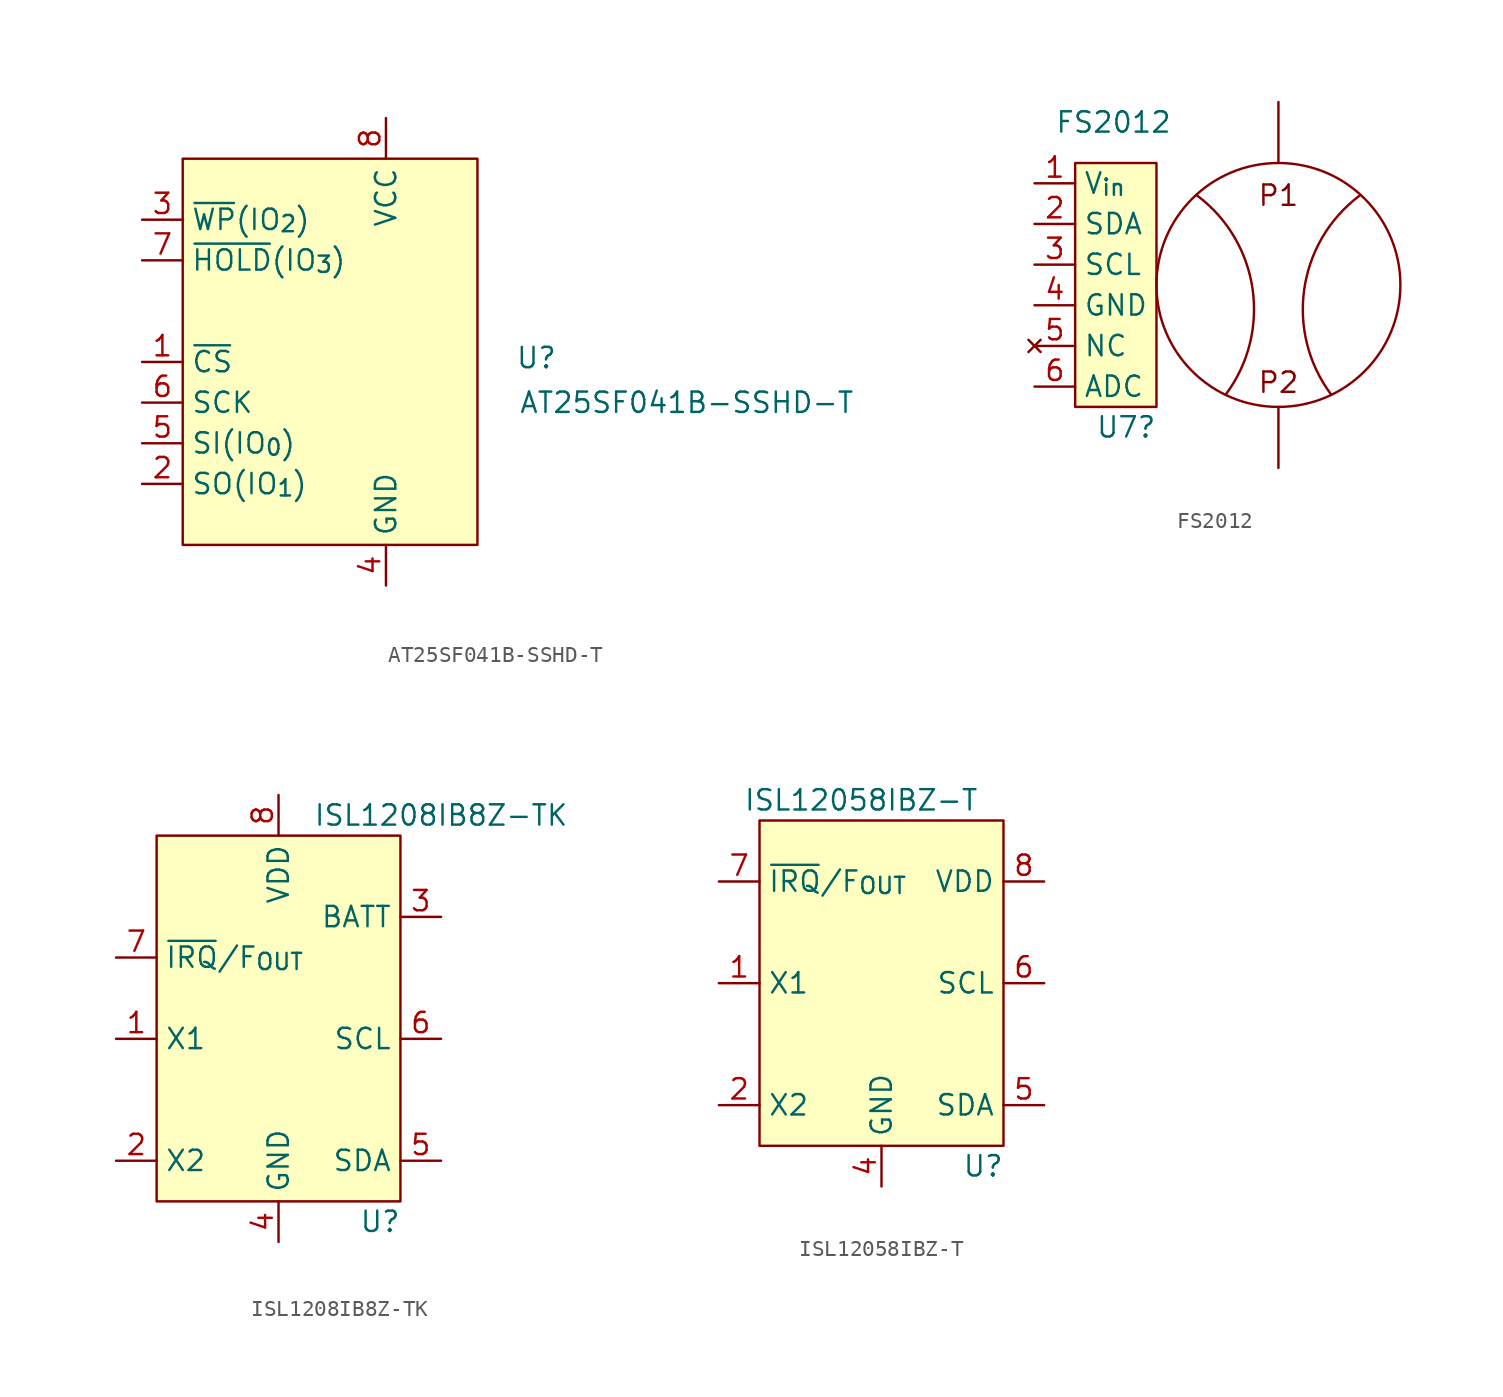
<source format=kicad_sym>
(kicad_symbol_lib
  (version 20241209)
  (generator "kicad_symbol_editor")
  (generator_version "9.0")
  (symbol "AT25SF041B-SSHD-T"
    (property "Reference" "U"
      (at 13.208 1.524 0)
      (effects (font (size 1.27 1.27))))
    (property "Value" "AT25SF041B-SSHD-T"
      (at 22.606 -1.27 0)
      (effects (font (size 1.27 1.27))))
    (symbol "AT25SF041B-SSHD-T_1_1"
      (rectangle (start -8.89 13.97) (end 9.525 -10.16) (stroke (width 0) (type solid)) (fill (type background)))
      (pin bidirectional line (at -11.43 10.16 0) (length 2.54) (name "~{WP}(IO_{2})" (effects (font (size 1.27 1.27)))) (number "3" (effects (font (size 1.27 1.27)))))
      (pin bidirectional line (at -11.43 7.62 0) (length 2.54) (name "~{HOLD}(IO_{3})" (effects (font (size 1.27 1.27)))) (number "7" (effects (font (size 1.27 1.27)))))
      (pin input line (at -11.43 1.27 0) (length 2.54) (name "~{CS}" (effects (font (size 1.27 1.27)))) (number "1" (effects (font (size 1.27 1.27)))))
      (pin input line (at -11.43 -1.27 0) (length 2.54) (name "SCK" (effects (font (size 1.27 1.27)))) (number "6" (effects (font (size 1.27 1.27)))))
      (pin bidirectional line (at -11.43 -3.81 0) (length 2.54) (name "SI(IO_{0})" (effects (font (size 1.27 1.27)))) (number "5" (effects (font (size 1.27 1.27)))))
      (pin bidirectional line (at -11.43 -6.35 0) (length 2.54) (name "SO(IO_{1})" (effects (font (size 1.27 1.27)))) (number "2" (effects (font (size 1.27 1.27)))))
      (pin power_in line (at 3.81 16.51 270) (length 2.54) (name "VCC" (effects (font (size 1.27 1.27)))) (number "8" (effects (font (size 1.27 1.27)))))
      (pin power_in line (at 3.81 -12.7 90) (length 2.54) (name "GND" (effects (font (size 1.27 1.27)))) (number "4" (effects (font (size 1.27 1.27)))))))
  (symbol "FS2012"
    (property "Reference" "U7"
      (at -1.27 -15.24 0)
      (effects (font (size 1.27 1.27)) (justify left)))
    (property "Value" "FS2012"
      (at -3.81 3.81 0)
      (effects (font (size 1.27 1.27)) (justify left)))
    (symbol "FS2012_0_0"
      (text "P1" (at 10.16 -0.762 0) (effects (font (size 1.27 1.27))))
      (text "P2" (at 10.16 -12.446 0) (effects (font (size 1.27 1.27)))))
    (symbol "FS2012_0_1"
      (rectangle (start -2.54 1.27) (end 2.54 -13.97) (stroke (width 0.152) (type default)) (fill (type background)))
      (arc (start 5.08 -0.762) (mid 8.5466 -6.6168) (end 6.858 -13.208) (stroke (width 0.1524) (type default)) (fill (type none)))
      (polyline (pts (xy 10.16 1.27) (xy 10.16 5.08)) (stroke (width 0.152) (type default)) (fill (type none)))
      (circle (center 10.16 -6.35) (radius 7.62) (stroke (width 0.152) (type default)) (fill (type none)))
      (polyline (pts (xy 10.16 -13.97) (xy 10.16 -17.78)) (stroke (width 0.152) (type default)) (fill (type none)))
      (arc (start 13.462 -13.208) (mid 11.7733 -6.6168) (end 15.24 -0.762) (stroke (width 0.1524) (type default)) (fill (type none))))
    (symbol "FS2012_1_1"
      (pin power_in line (at -5.08 0 0) (length 2.54) (name "V_{in}" (effects (font (size 1.27 1.27)))) (number "1" (effects (font (size 1.27 1.27)))))
      (pin bidirectional line (at -5.08 -2.54 0) (length 2.54) (name "SDA" (effects (font (size 1.27 1.27)))) (number "2" (effects (font (size 1.27 1.27)))))
      (pin bidirectional line (at -5.08 -5.08 0) (length 2.54) (name "SCL" (effects (font (size 1.27 1.27)))) (number "3" (effects (font (size 1.27 1.27)))))
      (pin power_in line (at -5.08 -7.62 0) (length 2.54) (name "GND" (effects (font (size 1.27 1.27)))) (number "4" (effects (font (size 1.27 1.27)))))
      (pin no_connect line (at -5.08 -10.16 0) (length 2.54) (name "NC" (effects (font (size 1.27 1.27)))) (number "5" (effects (font (size 1.27 1.27)))))
      (pin output line (at -5.08 -12.7 0) (length 2.54) (name "ADC" (effects (font (size 1.27 1.27)))) (number "6" (effects (font (size 1.27 1.27)))))))
  (symbol "ISL1208IB8Z-TK"
    (property "Reference" "U"
      (at 6.35 -16.51 0)
      (effects (font (size 1.27 1.27))))
    (property "Value" "ISL1208IB8Z-TK"
      (at 10.16 8.89 0)
      (effects (font (size 1.27 1.27))))
    (symbol "ISL1208IB8Z-TK_0_1"
      (rectangle (start -7.62 7.62) (end 7.62 -15.24) (stroke (width 0) (type default)) (fill (type background))))
    (symbol "ISL1208IB8Z-TK_1_1"
      (pin bidirectional line (at -10.16 0 0) (length 2.54) (name "~{IRQ}/F_{OUT}" (effects (font (size 1.27 1.27)))) (number "7" (effects (font (size 1.27 1.27)))))
      (pin passive line (at -10.16 -5.08 0) (length 2.54) (name "X1" (effects (font (size 1.27 1.27)))) (number "1" (effects (font (size 1.27 1.27)))))
      (pin passive line (at -10.16 -12.7 0) (length 2.54) (name "X2" (effects (font (size 1.27 1.27)))) (number "2" (effects (font (size 1.27 1.27)))))
      (pin power_in line (at 0 10.16 270) (length 2.54) (name "VDD" (effects (font (size 1.27 1.27)))) (number "8" (effects (font (size 1.27 1.27)))))
      (pin power_in line (at 0 -17.78 90) (length 2.54) (name "GND" (effects (font (size 1.27 1.27)))) (number "4" (effects (font (size 1.27 1.27)))))
      (pin power_in line (at 10.16 2.54 180) (length 2.54) (name "BATT" (effects (font (size 1.27 1.27)))) (number "3" (effects (font (size 1.27 1.27)))))
      (pin input line (at 10.16 -5.08 180) (length 2.54) (name "SCL" (effects (font (size 1.27 1.27)))) (number "6" (effects (font (size 1.27 1.27)))))
      (pin input line (at 10.16 -12.7 180) (length 2.54) (name "SDA" (effects (font (size 1.27 1.27)))) (number "5" (effects (font (size 1.27 1.27)))))))
  (symbol "ISL12058IBZ-T"
    (property "Reference" "U"
      (at 6.35 -16.51 0)
      (effects (font (size 1.27 1.27))))
    (property "Value" "ISL12058IBZ-T"
      (at -1.27 6.35 0)
      (effects (font (size 1.27 1.27))))
    (symbol "ISL12058IBZ-T_0_1"
      (rectangle (start -7.62 5.08) (end 7.62 -15.24) (stroke (width 0) (type default)) (fill (type background))))
    (symbol "ISL12058IBZ-T_1_1"
      (pin bidirectional line (at -10.16 1.27 0) (length 2.54) (name "~{IRQ}/F_{OUT}" (effects (font (size 1.27 1.27)))) (number "7" (effects (font (size 1.27 1.27)))))
      (pin passive line (at -10.16 -5.08 0) (length 2.54) (name "X1" (effects (font (size 1.27 1.27)))) (number "1" (effects (font (size 1.27 1.27)))))
      (pin passive line (at -10.16 -12.7 0) (length 2.54) (name "X2" (effects (font (size 1.27 1.27)))) (number "2" (effects (font (size 1.27 1.27)))))
      (pin power_in line (at 0 -17.78 90) (length 2.54) (name "GND" (effects (font (size 1.27 1.27)))) (number "4" (effects (font (size 1.27 1.27)))))
      (pin no_connect line (at 2.54 -17.78 90) (length 2.54) (hide yes) (name "NC" (effects (font (size 1.27 1.27)))) (number "3" (effects (font (size 1.27 1.27)))))
      (pin power_in line (at 10.16 1.27 180) (length 2.54) (name "VDD" (effects (font (size 1.27 1.27)))) (number "8" (effects (font (size 1.27 1.27)))))
      (pin input line (at 10.16 -5.08 180) (length 2.54) (name "SCL" (effects (font (size 1.27 1.27)))) (number "6" (effects (font (size 1.27 1.27)))))
      (pin input line (at 10.16 -12.7 180) (length 2.54) (name "SDA" (effects (font (size 1.27 1.27)))) (number "5" (effects (font (size 1.27 1.27))))))))
</source>
